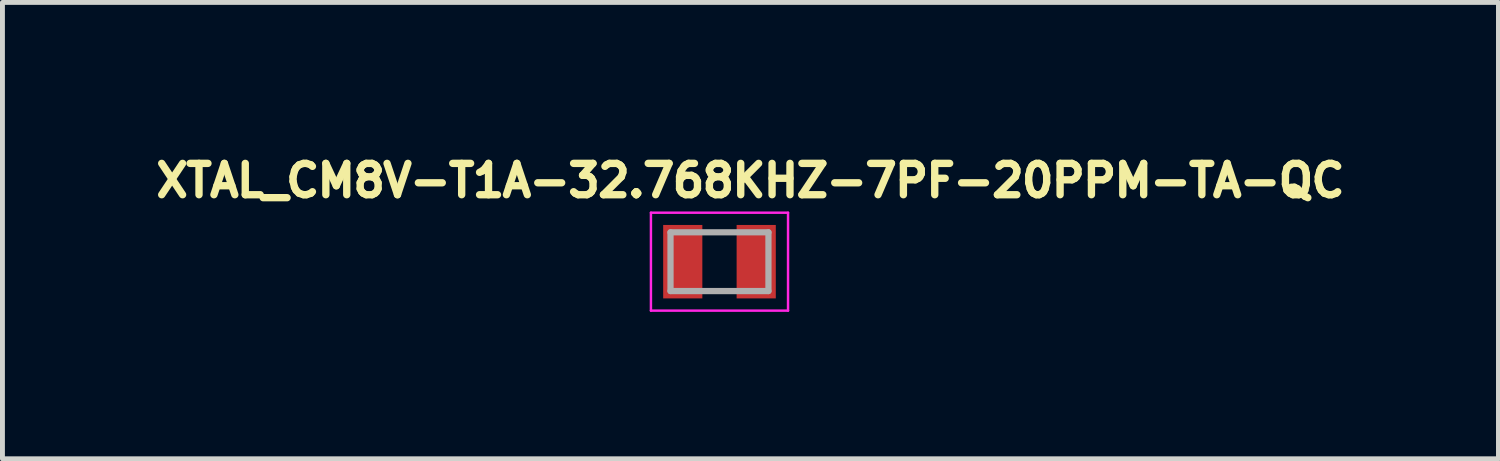
<source format=kicad_pcb>
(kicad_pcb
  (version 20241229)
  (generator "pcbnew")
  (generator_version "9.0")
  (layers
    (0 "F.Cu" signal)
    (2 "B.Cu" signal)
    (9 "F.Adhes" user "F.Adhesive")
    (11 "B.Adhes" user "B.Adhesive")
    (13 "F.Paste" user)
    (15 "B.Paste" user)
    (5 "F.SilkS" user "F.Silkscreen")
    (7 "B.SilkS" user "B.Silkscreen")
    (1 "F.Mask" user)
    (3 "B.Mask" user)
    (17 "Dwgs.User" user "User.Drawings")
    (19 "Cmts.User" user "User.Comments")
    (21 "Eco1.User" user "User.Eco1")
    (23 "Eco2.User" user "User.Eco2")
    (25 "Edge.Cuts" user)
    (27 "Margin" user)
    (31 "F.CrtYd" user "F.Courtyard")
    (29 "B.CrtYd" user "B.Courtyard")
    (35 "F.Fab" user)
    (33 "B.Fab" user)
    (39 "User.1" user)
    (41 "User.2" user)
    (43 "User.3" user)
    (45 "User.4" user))
  (footprint "XTAL_CM8V-T1A-32.768KHZ-7PF-20PPM-TA-QC"
    (layer "F.Cu")
    (at 11.643 2.294)
    (property "Reference" "XTAL_CM8V-T1A-32.768KHZ-7PF-20PPM-TA-QC" (at 0.632 -1.656 0) (layer "F.SilkS") (effects (font (size 0.64 0.64) (thickness 0.15))))
    (attr through_hole)
    (fp_line (start -1.4 -1) (end -1.4 1) (stroke (width 0.05) (type solid)) (layer "F.CrtYd"))
    (fp_line (start -1.4 1) (end 1.4 1) (stroke (width 0.05) (type solid)) (layer "F.CrtYd"))
    (fp_line (start 1.4 -1) (end -1.4 -1) (stroke (width 0.05) (type solid)) (layer "F.CrtYd"))
    (fp_line (start 1.4 1) (end 1.4 -1) (stroke (width 0.05) (type solid)) (layer "F.CrtYd"))
    (fp_line (start -1 -0.6) (end -1 0.6) (stroke (width 0.127) (type solid)) (layer "F.Fab"))
    (fp_line (start -1 -0.6) (end 1 -0.6) (stroke (width 0.127) (type solid)) (layer "F.Fab"))
    (fp_line (start -1 0.6) (end 1 0.6) (stroke (width 0.127) (type solid)) (layer "F.Fab"))
    (fp_line (start 1 -0.6) (end 1 0.6) (stroke (width 0.127) (type solid)) (layer "F.Fab"))
    (pad "1" smd rect (at -0.75 0) (size 0.8 1.5) (layers "F.Cu" "F.Mask" "F.Paste"))
    (pad "2" smd rect (at 0.75 0) (size 0.8 1.5) (layers "F.Cu" "F.Mask" "F.Paste")))
  (gr_rect
    (start -3 -3)
    (end 27.551 6.319)
    (stroke (width 0.1) (type default))
    (fill no)
    (layer "Edge.Cuts")))
</source>
